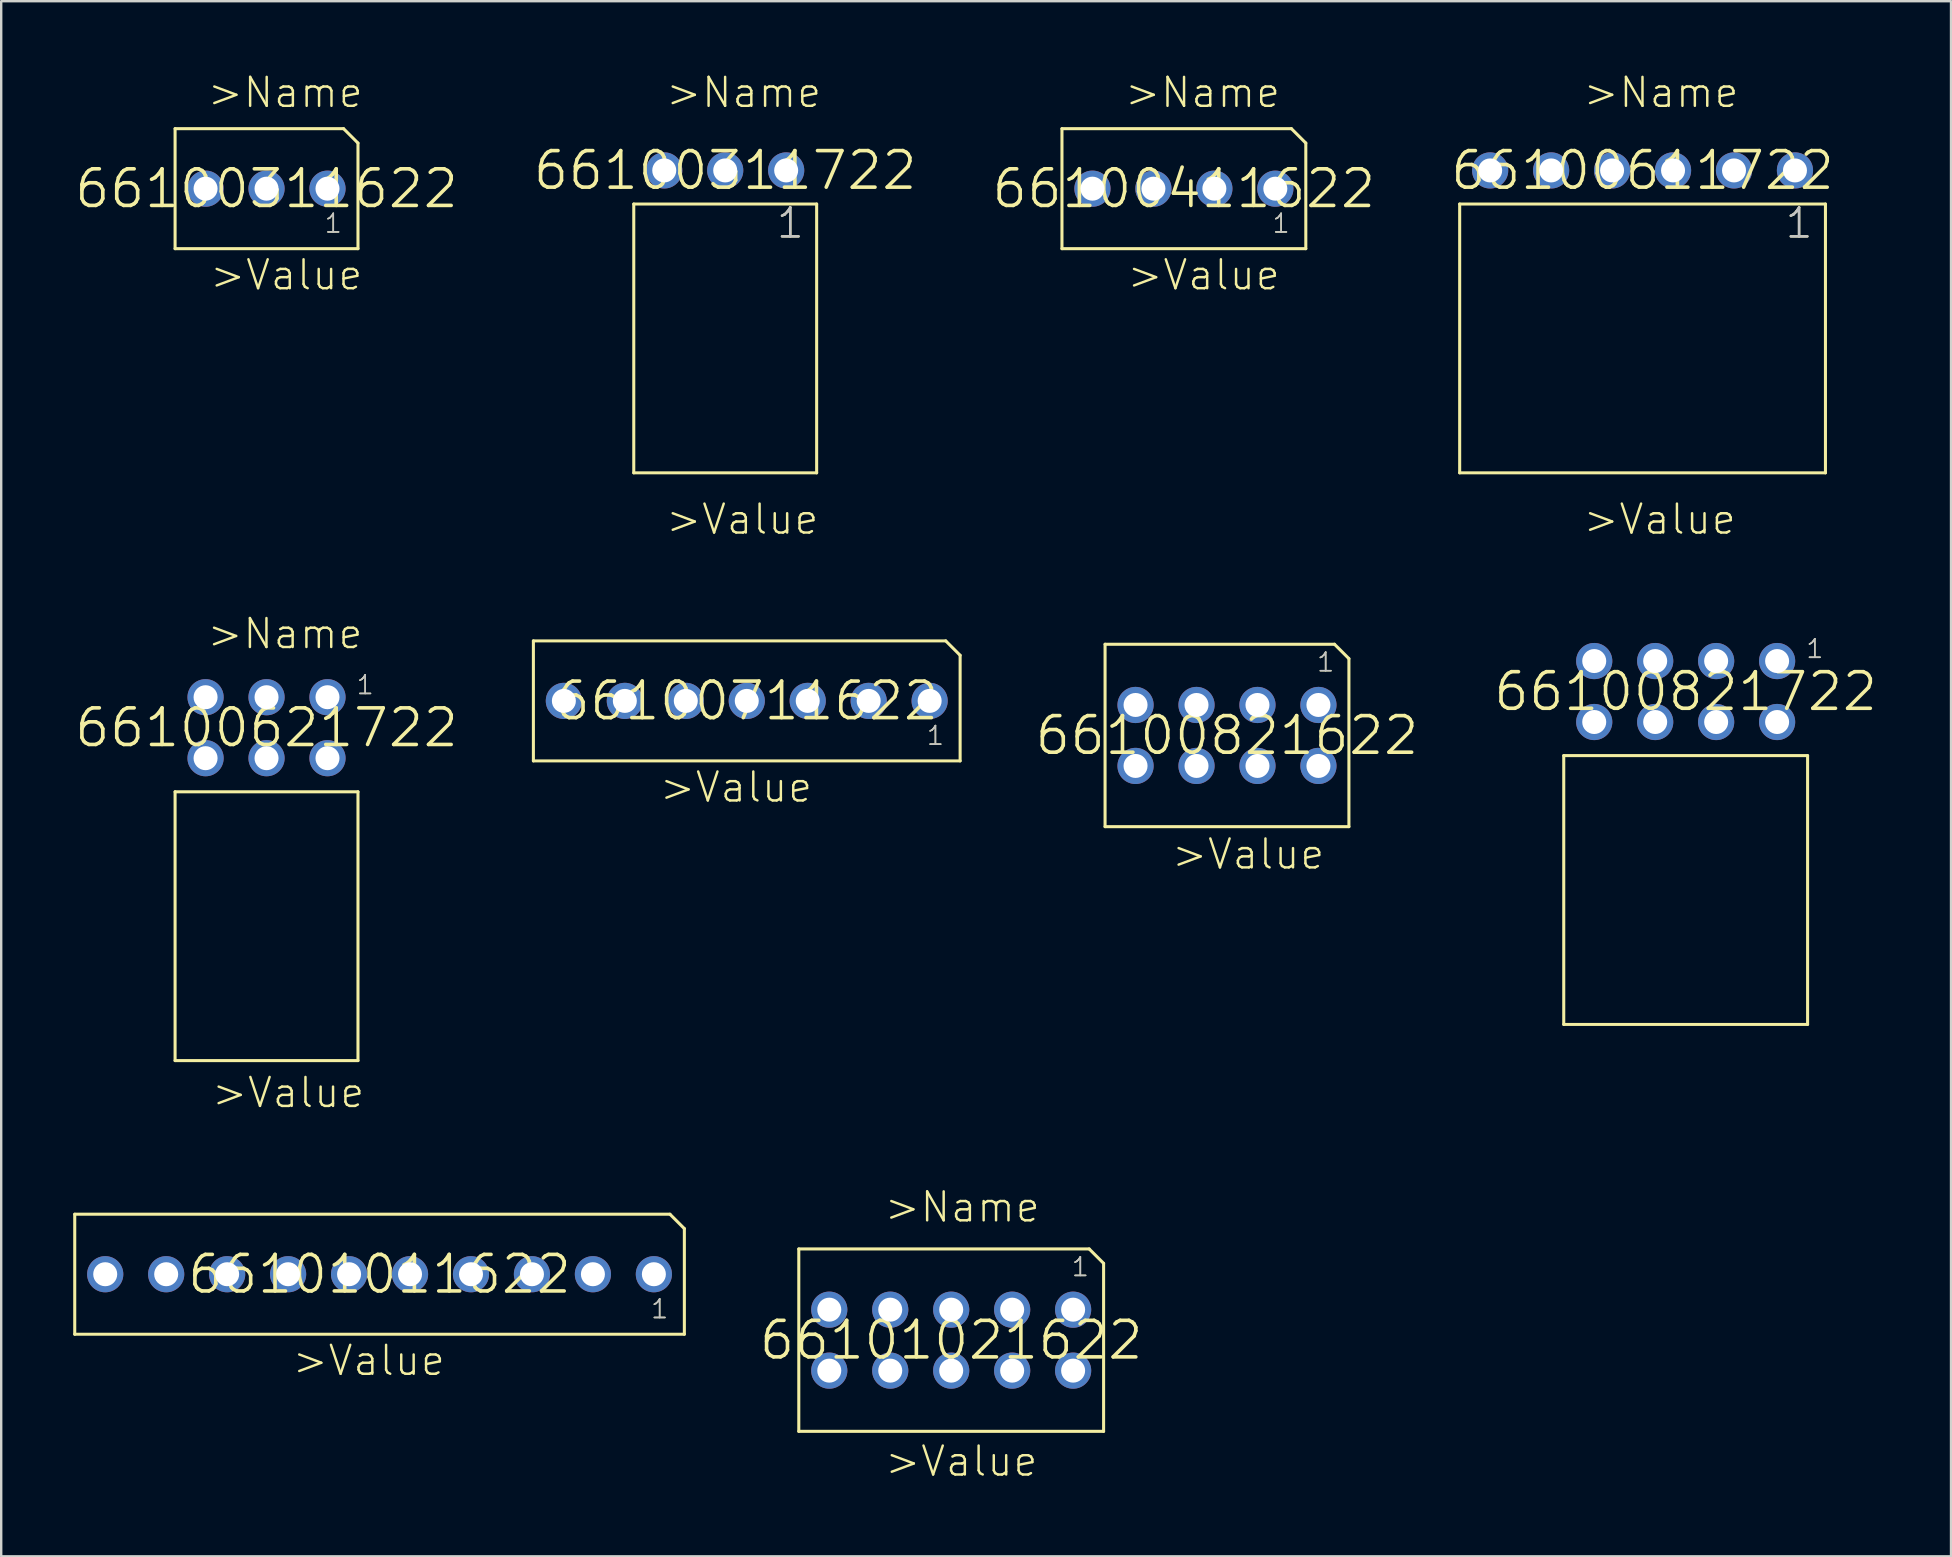
<source format=kicad_pcb>
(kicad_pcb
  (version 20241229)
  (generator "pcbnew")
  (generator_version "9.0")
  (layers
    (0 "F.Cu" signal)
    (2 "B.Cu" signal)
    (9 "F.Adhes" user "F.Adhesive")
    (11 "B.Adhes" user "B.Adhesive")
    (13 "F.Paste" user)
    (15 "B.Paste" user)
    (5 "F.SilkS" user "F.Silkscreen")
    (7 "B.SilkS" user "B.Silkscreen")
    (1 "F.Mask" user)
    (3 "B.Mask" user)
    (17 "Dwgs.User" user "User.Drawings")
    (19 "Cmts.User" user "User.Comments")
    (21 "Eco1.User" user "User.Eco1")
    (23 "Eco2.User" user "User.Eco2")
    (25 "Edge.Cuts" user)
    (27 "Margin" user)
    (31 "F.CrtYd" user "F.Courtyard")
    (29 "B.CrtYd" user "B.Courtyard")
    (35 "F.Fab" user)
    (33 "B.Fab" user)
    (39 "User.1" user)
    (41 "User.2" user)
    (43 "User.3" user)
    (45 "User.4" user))
  (footprint "66100821722"
    (layer "F.Cu")
    (at 67.184 25.763)
    (property "Reference" "66100821722" (at 0 0 0) (layer "F.SilkS") (effects (font (size 1.524 1.524) (thickness 0.15))))
    (attr through_hole)
    (fp_line (start -5.08 2.67) (end -5.08 13.87) (stroke (width 0.127) (type solid)) (layer "F.SilkS"))
    (fp_line (start -5.08 2.67) (end 5.08 2.67) (stroke (width 0.127) (type solid)) (layer "F.SilkS"))
    (fp_line (start -5.08 13.87) (end 5.08 13.87) (stroke (width 0.127) (type solid)) (layer "F.SilkS"))
    (fp_line (start 5.08 2.67) (end 5.08 13.87) (stroke (width 0.127) (type solid)) (layer "F.SilkS"))
    (fp_text user "1" (at 4.97 -1.33 0) (layer "F.SilkS") (effects (font (size 0.772 0.772) (thickness 0.065)) (justify left bottom)))
    (fp_text user "" (at -1.84 -2.91 0) (layer "F.SilkS") (effects (font (size 1.206 1.206) (thickness 0.102)) (justify left bottom)))
    (fp_text user "" (at -1.71 15.81 0) (layer "F.SilkS") (effects (font (size 1.206 1.206) (thickness 0.102)) (justify left bottom)))
    (fp_text user "1" (at 4.97 -1.33 0) (layer "Dwgs.User") (effects (font (size 0.772 0.772) (thickness 0.065)) (justify left bottom)))
    (pad "1" thru_hole circle (at 3.81 -1.27 180) (size 1.508 1.508) (drill 1) (layers "*.Cu" "*.Mask"))
    (pad "2" thru_hole circle (at 1.27 -1.27 180) (size 1.508 1.508) (drill 1) (layers "*.Cu" "*.Mask"))
    (pad "3" thru_hole circle (at -1.27 -1.27 180) (size 1.508 1.508) (drill 1) (layers "*.Cu" "*.Mask"))
    (pad "4" thru_hole circle (at -3.81 -1.27 180) (size 1.508 1.508) (drill 1) (layers "*.Cu" "*.Mask"))
    (pad "5" thru_hole circle (at -3.81 1.27 180) (size 1.508 1.508) (drill 1) (layers "*.Cu" "*.Mask"))
    (pad "6" thru_hole circle (at -1.27 1.27 180) (size 1.508 1.508) (drill 1) (layers "*.Cu" "*.Mask"))
    (pad "7" thru_hole circle (at 1.27 1.27 180) (size 1.508 1.508) (drill 1) (layers "*.Cu" "*.Mask"))
    (pad "8" thru_hole circle (at 3.81 1.27 180) (size 1.508 1.508) (drill 1) (layers "*.Cu" "*.Mask")))
  (footprint "66101021622"
    (layer "F.Cu")
    (at 36.582 52.788)
    (property "Reference" "66101021622" (at 0 0 0) (layer "F.SilkS") (effects (font (size 1.524 1.524) (thickness 0.15))))
    (attr through_hole)
    (fp_line (start -6.35 -3.8) (end -6.35 3.8) (stroke (width 0.127) (type solid)) (layer "F.SilkS"))
    (fp_line (start -6.35 -3.8) (end 5.75 -3.8) (stroke (width 0.127) (type solid)) (layer "F.SilkS"))
    (fp_line (start -6.35 3.8) (end 6.35 3.8) (stroke (width 0.127) (type solid)) (layer "F.SilkS"))
    (fp_line (start 5.75 -3.8) (end 6.35 -3.2) (stroke (width 0.127) (type solid)) (layer "F.SilkS"))
    (fp_line (start 6.35 -3.2) (end 6.35 3.8) (stroke (width 0.127) (type solid)) (layer "F.SilkS"))
    (fp_text user "1" (at 4.97 -2.6 0) (layer "F.SilkS") (effects (font (size 0.772 0.772) (thickness 0.065)) (justify left bottom)))
    (fp_text user ">Value" (at -2.83 5.75 0) (layer "F.SilkS") (effects (font (size 1.206 1.206) (thickness 0.102)) (justify left bottom)))
    (fp_text user ">Name" (at -2.85 -4.84 0) (layer "F.SilkS") (effects (font (size 1.206 1.206) (thickness 0.102)) (justify left bottom)))
    (fp_text user "1" (at 4.97 -2.6 0) (layer "Dwgs.User") (effects (font (size 0.772 0.772) (thickness 0.065)) (justify left bottom)))
    (pad "1" thru_hole circle (at 5.08 -1.27 180) (size 1.508 1.508) (drill 1) (layers "*.Cu" "*.Mask"))
    (pad "2" thru_hole circle (at 2.54 -1.27 180) (size 1.508 1.508) (drill 1) (layers "*.Cu" "*.Mask"))
    (pad "3" thru_hole circle (at 0 -1.27 180) (size 1.508 1.508) (drill 1) (layers "*.Cu" "*.Mask"))
    (pad "4" thru_hole circle (at -2.54 -1.27 180) (size 1.508 1.508) (drill 1) (layers "*.Cu" "*.Mask"))
    (pad "5" thru_hole circle (at -5.08 -1.27 180) (size 1.508 1.508) (drill 1) (layers "*.Cu" "*.Mask"))
    (pad "6" thru_hole circle (at -5.08 1.27 180) (size 1.508 1.508) (drill 1) (layers "*.Cu" "*.Mask"))
    (pad "7" thru_hole circle (at -2.54 1.27 180) (size 1.508 1.508) (drill 1) (layers "*.Cu" "*.Mask"))
    (pad "8" thru_hole circle (at 0 1.27 180) (size 1.508 1.508) (drill 1) (layers "*.Cu" "*.Mask"))
    (pad "9" thru_hole circle (at 2.54 1.27 180) (size 1.508 1.508) (drill 1) (layers "*.Cu" "*.Mask"))
    (pad "10" thru_hole circle (at 5.08 1.27 180) (size 1.508 1.508) (drill 1) (layers "*.Cu" "*.Mask")))
  (footprint "66100311622"
    (layer "F.Cu")
    (at 8.055 4.811)
    (property "Reference" "66100311622" (at 0 0 0) (layer "F.SilkS") (effects (font (size 1.524 1.524) (thickness 0.15))))
    (attr through_hole)
    (fp_line (start -3.81 -2.5) (end -3.81 2.5) (stroke (width 0.127) (type solid)) (layer "F.SilkS"))
    (fp_line (start -3.81 -2.5) (end 3.21 -2.5) (stroke (width 0.127) (type solid)) (layer "F.SilkS"))
    (fp_line (start -3.81 2.5) (end 3.81 2.5) (stroke (width 0.127) (type solid)) (layer "F.SilkS"))
    (fp_line (start 3.21 -2.5) (end 3.81 -1.9) (stroke (width 0.127) (type solid)) (layer "F.SilkS"))
    (fp_line (start 3.81 -1.9) (end 3.81 2.5) (stroke (width 0.127) (type solid)) (layer "F.SilkS"))
    (fp_text user ">Value" (at -2.43 4.3 0) (layer "F.SilkS") (effects (font (size 1.206 1.206) (thickness 0.102)) (justify left bottom)))
    (fp_text user ">Name" (at -2.53 -3.3 0) (layer "F.SilkS") (effects (font (size 1.206 1.206) (thickness 0.102)) (justify left bottom)))
    (fp_text user "1" (at 2.37 1.9 0) (layer "F.SilkS") (effects (font (size 0.772 0.772) (thickness 0.065)) (justify left bottom)))
    (fp_text user "1" (at 2.37 1.9 0) (layer "Dwgs.User") (effects (font (size 0.772 0.772) (thickness 0.065)) (justify left bottom)))
    (pad "1" thru_hole circle (at 2.54 0 180) (size 1.508 1.508) (drill 1) (layers "*.Cu" "*.Mask"))
    (pad "2" thru_hole circle (at 0 0 180) (size 1.508 1.508) (drill 1) (layers "*.Cu" "*.Mask"))
    (pad "3" thru_hole circle (at -2.54 0 180) (size 1.508 1.508) (drill 1) (layers "*.Cu" "*.Mask")))
  (footprint "66100821622"
    (layer "F.Cu")
    (at 48.073 27.593)
    (property "Reference" "66100821622" (at 0 0 0) (layer "F.SilkS") (effects (font (size 1.524 1.524) (thickness 0.15))))
    (attr through_hole)
    (fp_line (start -5.08 -3.8) (end -5.08 3.8) (stroke (width 0.127) (type solid)) (layer "F.SilkS"))
    (fp_line (start -5.08 -3.8) (end 4.48 -3.8) (stroke (width 0.127) (type solid)) (layer "F.SilkS"))
    (fp_line (start -5.08 3.8) (end 5.08 3.8) (stroke (width 0.127) (type solid)) (layer "F.SilkS"))
    (fp_line (start 4.48 -3.8) (end 5.08 -3.2) (stroke (width 0.127) (type solid)) (layer "F.SilkS"))
    (fp_line (start 5.08 -3.2) (end 5.08 3.8) (stroke (width 0.127) (type solid)) (layer "F.SilkS"))
    (fp_text user "" (at -2.79 -4.74 0) (layer "F.SilkS") (effects (font (size 1.206 1.206) (thickness 0.102)) (justify left bottom)))
    (fp_text user ">Value" (at -2.37 5.65 0) (layer "F.SilkS") (effects (font (size 1.206 1.206) (thickness 0.102)) (justify left bottom)))
    (fp_text user "1" (at 3.7 -2.6 0) (layer "F.SilkS") (effects (font (size 0.772 0.772) (thickness 0.065)) (justify left bottom)))
    (fp_text user "1" (at 3.7 -2.6 0) (layer "Dwgs.User") (effects (font (size 0.772 0.772) (thickness 0.065)) (justify left bottom)))
    (pad "1" thru_hole circle (at 3.81 -1.27 180) (size 1.508 1.508) (drill 1) (layers "*.Cu" "*.Mask"))
    (pad "2" thru_hole circle (at 1.27 -1.27 180) (size 1.508 1.508) (drill 1) (layers "*.Cu" "*.Mask"))
    (pad "3" thru_hole circle (at -1.27 -1.27 180) (size 1.508 1.508) (drill 1) (layers "*.Cu" "*.Mask"))
    (pad "4" thru_hole circle (at -3.81 -1.27 180) (size 1.508 1.508) (drill 1) (layers "*.Cu" "*.Mask"))
    (pad "5" thru_hole circle (at -3.81 1.27 180) (size 1.508 1.508) (drill 1) (layers "*.Cu" "*.Mask"))
    (pad "6" thru_hole circle (at -1.27 1.27 180) (size 1.508 1.508) (drill 1) (layers "*.Cu" "*.Mask"))
    (pad "7" thru_hole circle (at 1.27 1.27 180) (size 1.508 1.508) (drill 1) (layers "*.Cu" "*.Mask"))
    (pad "8" thru_hole circle (at 3.81 1.27 180) (size 1.508 1.508) (drill 1) (layers "*.Cu" "*.Mask")))
  (footprint "66100621722"
    (layer "F.Cu")
    (at 8.055 27.27)
    (property "Reference" "66100621722" (at 0 0 0) (layer "F.SilkS") (effects (font (size 1.524 1.524) (thickness 0.15))))
    (attr through_hole)
    (fp_line (start -3.81 2.67) (end -3.81 13.87) (stroke (width 0.127) (type solid)) (layer "F.SilkS"))
    (fp_line (start -3.81 2.67) (end 3.81 2.67) (stroke (width 0.127) (type solid)) (layer "F.SilkS"))
    (fp_line (start -3.81 13.87) (end 3.81 13.87) (stroke (width 0.127) (type solid)) (layer "F.SilkS"))
    (fp_line (start 3.81 2.67) (end 3.81 13.87) (stroke (width 0.127) (type solid)) (layer "F.SilkS"))
    (fp_text user ">Name" (at -2.54 -3.21 0) (layer "F.SilkS") (effects (font (size 1.206 1.206) (thickness 0.102)) (justify left bottom)))
    (fp_text user ">Value" (at -2.35 15.91 0) (layer "F.SilkS") (effects (font (size 1.206 1.206) (thickness 0.102)) (justify left bottom)))
    (fp_text user "1" (at 3.7 -1.33 0) (layer "F.SilkS") (effects (font (size 0.772 0.772) (thickness 0.065)) (justify left bottom)))
    (fp_text user "1" (at 3.7 -1.33 0) (layer "Dwgs.User") (effects (font (size 0.772 0.772) (thickness 0.065)) (justify left bottom)))
    (pad "1" thru_hole circle (at 2.54 -1.27 180) (size 1.508 1.508) (drill 1) (layers "*.Cu" "*.Mask"))
    (pad "2" thru_hole circle (at 0 -1.27 180) (size 1.508 1.508) (drill 1) (layers "*.Cu" "*.Mask"))
    (pad "3" thru_hole circle (at -2.54 -1.27 180) (size 1.508 1.508) (drill 1) (layers "*.Cu" "*.Mask"))
    (pad "4" thru_hole circle (at -2.54 1.27 180) (size 1.508 1.508) (drill 1) (layers "*.Cu" "*.Mask"))
    (pad "5" thru_hole circle (at 0 1.27 180) (size 1.508 1.508) (drill 1) (layers "*.Cu" "*.Mask"))
    (pad "6" thru_hole circle (at 2.54 1.27 180) (size 1.508 1.508) (drill 1) (layers "*.Cu" "*.Mask")))
  (footprint "66100711622"
    (layer "F.Cu")
    (at 28.064 26.153)
    (property "Reference" "66100711622" (at 0 0 0) (layer "F.SilkS") (effects (font (size 1.524 1.524) (thickness 0.15))))
    (attr through_hole)
    (fp_line (start -8.89 -2.5) (end -8.89 2.5) (stroke (width 0.127) (type solid)) (layer "F.SilkS"))
    (fp_line (start -8.89 -2.5) (end 8.29 -2.5) (stroke (width 0.127) (type solid)) (layer "F.SilkS"))
    (fp_line (start -8.89 2.5) (end 8.89 2.5) (stroke (width 0.127) (type solid)) (layer "F.SilkS"))
    (fp_line (start 8.29 -2.5) (end 8.89 -1.9) (stroke (width 0.127) (type solid)) (layer "F.SilkS"))
    (fp_line (start 8.89 -1.9) (end 8.89 2.5) (stroke (width 0.127) (type solid)) (layer "F.SilkS"))
    (fp_text user "" (at -3.8 -3.3 0) (layer "F.SilkS") (effects (font (size 1.206 1.206) (thickness 0.102)) (justify left bottom)))
    (fp_text user "1" (at 7.45 1.9 0) (layer "F.SilkS") (effects (font (size 0.772 0.772) (thickness 0.065)) (justify left bottom)))
    (fp_text user ">Value" (at -3.7 4.3 0) (layer "F.SilkS") (effects (font (size 1.206 1.206) (thickness 0.102)) (justify left bottom)))
    (fp_text user "1" (at 7.45 1.9 0) (layer "Dwgs.User") (effects (font (size 0.772 0.772) (thickness 0.065)) (justify left bottom)))
    (pad "1" thru_hole circle (at 7.62 0 180) (size 1.508 1.508) (drill 1) (layers "*.Cu" "*.Mask"))
    (pad "2" thru_hole circle (at 5.08 0 180) (size 1.508 1.508) (drill 1) (layers "*.Cu" "*.Mask"))
    (pad "3" thru_hole circle (at 2.54 0 180) (size 1.508 1.508) (drill 1) (layers "*.Cu" "*.Mask"))
    (pad "4" thru_hole circle (at 0 0 180) (size 1.508 1.508) (drill 1) (layers "*.Cu" "*.Mask"))
    (pad "5" thru_hole circle (at -2.54 0 180) (size 1.508 1.508) (drill 1) (layers "*.Cu" "*.Mask"))
    (pad "6" thru_hole circle (at -5.08 0 180) (size 1.508 1.508) (drill 1) (layers "*.Cu" "*.Mask"))
    (pad "7" thru_hole circle (at -7.62 0 180) (size 1.508 1.508) (drill 1) (layers "*.Cu" "*.Mask")))
  (footprint "66100411622"
    (layer "F.Cu")
    (at 46.277 4.811)
    (property "Reference" "66100411622" (at 0 0 0) (layer "F.SilkS") (effects (font (size 1.524 1.524) (thickness 0.15))))
    (attr through_hole)
    (fp_line (start -5.08 -2.5) (end -5.08 2.5) (stroke (width 0.127) (type solid)) (layer "F.SilkS"))
    (fp_line (start -5.08 -2.5) (end 4.48 -2.5) (stroke (width 0.127) (type solid)) (layer "F.SilkS"))
    (fp_line (start -5.08 2.5) (end 5.08 2.5) (stroke (width 0.127) (type solid)) (layer "F.SilkS"))
    (fp_line (start 4.48 -2.5) (end 5.08 -1.9) (stroke (width 0.127) (type solid)) (layer "F.SilkS"))
    (fp_line (start 5.08 -1.9) (end 5.08 2.5) (stroke (width 0.127) (type solid)) (layer "F.SilkS"))
    (fp_text user ">Name" (at -2.53 -3.3 0) (layer "F.SilkS") (effects (font (size 1.206 1.206) (thickness 0.102)) (justify left bottom)))
    (fp_text user ">Value" (at -2.43 4.3 0) (layer "F.SilkS") (effects (font (size 1.206 1.206) (thickness 0.102)) (justify left bottom)))
    (fp_text user "1" (at 3.64 1.9 0) (layer "F.SilkS") (effects (font (size 0.772 0.772) (thickness 0.065)) (justify left bottom)))
    (fp_text user "1" (at 3.64 1.9 0) (layer "Dwgs.User") (effects (font (size 0.772 0.772) (thickness 0.065)) (justify left bottom)))
    (pad "1" thru_hole circle (at 3.81 0 180) (size 1.508 1.508) (drill 1) (layers "*.Cu" "*.Mask"))
    (pad "2" thru_hole circle (at 1.27 0 180) (size 1.508 1.508) (drill 1) (layers "*.Cu" "*.Mask"))
    (pad "3" thru_hole circle (at -1.27 0 180) (size 1.508 1.508) (drill 1) (layers "*.Cu" "*.Mask"))
    (pad "4" thru_hole circle (at -3.81 0 180) (size 1.508 1.508) (drill 1) (layers "*.Cu" "*.Mask")))
  (footprint "66101011622"
    (layer "F.Cu")
    (at 12.764 50.041)
    (property "Reference" "66101011622" (at 0 0 0) (layer "F.SilkS") (effects (font (size 1.524 1.524) (thickness 0.15))))
    (attr through_hole)
    (fp_line (start -12.7 -2.5) (end -12.7 2.5) (stroke (width 0.127) (type solid)) (layer "F.SilkS"))
    (fp_line (start -12.7 -2.5) (end 12.1 -2.5) (stroke (width 0.127) (type solid)) (layer "F.SilkS"))
    (fp_line (start -12.7 2.5) (end 12.7 2.5) (stroke (width 0.127) (type solid)) (layer "F.SilkS"))
    (fp_line (start 12.1 -2.5) (end 12.7 -1.9) (stroke (width 0.127) (type solid)) (layer "F.SilkS"))
    (fp_line (start 12.7 -1.9) (end 12.7 2.5) (stroke (width 0.127) (type solid)) (layer "F.SilkS"))
    (fp_text user "" (at -3.8 -3.3 0) (layer "F.SilkS") (effects (font (size 1.206 1.206) (thickness 0.102)) (justify left bottom)))
    (fp_text user ">Value" (at -3.7 4.3 0) (layer "F.SilkS") (effects (font (size 1.206 1.206) (thickness 0.102)) (justify left bottom)))
    (fp_text user "1" (at 11.26 1.9 0) (layer "F.SilkS") (effects (font (size 0.772 0.772) (thickness 0.065)) (justify left bottom)))
    (fp_text user "1" (at 11.26 1.9 0) (layer "Dwgs.User") (effects (font (size 0.772 0.772) (thickness 0.065)) (justify left bottom)))
    (pad "1" thru_hole circle (at 11.43 0 180) (size 1.508 1.508) (drill 1) (layers "*.Cu" "*.Mask"))
    (pad "2" thru_hole circle (at 8.89 0 180) (size 1.508 1.508) (drill 1) (layers "*.Cu" "*.Mask"))
    (pad "3" thru_hole circle (at 6.35 0 180) (size 1.508 1.508) (drill 1) (layers "*.Cu" "*.Mask"))
    (pad "4" thru_hole circle (at 3.81 0 180) (size 1.508 1.508) (drill 1) (layers "*.Cu" "*.Mask"))
    (pad "5" thru_hole circle (at 1.27 0 180) (size 1.508 1.508) (drill 1) (layers "*.Cu" "*.Mask"))
    (pad "6" thru_hole circle (at -1.27 0 180) (size 1.508 1.508) (drill 1) (layers "*.Cu" "*.Mask"))
    (pad "7" thru_hole circle (at -3.81 0 180) (size 1.508 1.508) (drill 1) (layers "*.Cu" "*.Mask"))
    (pad "8" thru_hole circle (at -6.35 0 180) (size 1.508 1.508) (drill 1) (layers "*.Cu" "*.Mask"))
    (pad "9" thru_hole circle (at -8.89 0 180) (size 1.508 1.508) (drill 1) (layers "*.Cu" "*.Mask"))
    (pad "10" thru_hole circle (at -11.43 0 180) (size 1.508 1.508) (drill 1) (layers "*.Cu" "*.Mask")))
  (footprint "66100311722"
    (layer "F.Cu")
    (at 27.166 4.051)
    (property "Reference" "66100311722" (at 0 0 0) (layer "F.SilkS") (effects (font (size 1.524 1.524) (thickness 0.15))))
    (attr through_hole)
    (fp_line (start -3.81 1.4) (end -3.81 12.6) (stroke (width 0.127) (type solid)) (layer "F.SilkS"))
    (fp_line (start -3.81 1.4) (end 3.81 1.4) (stroke (width 0.127) (type solid)) (layer "F.SilkS"))
    (fp_line (start -3.81 12.6) (end 3.81 12.6) (stroke (width 0.127) (type solid)) (layer "F.SilkS"))
    (fp_line (start 3.81 1.4) (end 3.81 12.6) (stroke (width 0.127) (type solid)) (layer "F.SilkS"))
    (fp_text user ">Value" (at -2.54 15.24 0) (layer "F.SilkS") (effects (font (size 1.206 1.206) (thickness 0.102)) (justify left bottom)))
    (fp_text user "1" (at 2.07 2.9 0) (layer "F.SilkS") (effects (font (size 1.206 1.206) (thickness 0.102)) (justify left bottom)))
    (fp_text user ">Name" (at -2.54 -2.54 0) (layer "F.SilkS") (effects (font (size 1.206 1.206) (thickness 0.102)) (justify left bottom)))
    (fp_text user "1" (at 2.07 2.9 0) (layer "Dwgs.User") (effects (font (size 1.206 1.206) (thickness 0.102)) (justify left bottom)))
    (pad "1" thru_hole circle (at 2.54 0 180) (size 1.508 1.508) (drill 1) (layers "*.Cu" "*.Mask"))
    (pad "2" thru_hole circle (at 0 0 180) (size 1.508 1.508) (drill 1) (layers "*.Cu" "*.Mask"))
    (pad "3" thru_hole circle (at -2.54 0 180) (size 1.508 1.508) (drill 1) (layers "*.Cu" "*.Mask")))
  (footprint "66100611722"
    (layer "F.Cu")
    (at 65.388 4.051)
    (property "Reference" "66100611722" (at 0 0 0) (layer "F.SilkS") (effects (font (size 1.524 1.524) (thickness 0.15))))
    (attr through_hole)
    (fp_line (start -7.62 1.4) (end -7.62 12.6) (stroke (width 0.127) (type solid)) (layer "F.SilkS"))
    (fp_line (start -7.62 1.4) (end 7.62 1.4) (stroke (width 0.127) (type solid)) (layer "F.SilkS"))
    (fp_line (start -7.62 12.6) (end 7.62 12.6) (stroke (width 0.127) (type solid)) (layer "F.SilkS"))
    (fp_line (start 7.62 1.4) (end 7.62 12.6) (stroke (width 0.127) (type solid)) (layer "F.SilkS"))
    (fp_text user "1" (at 5.88 2.9 0) (layer "F.SilkS") (effects (font (size 1.206 1.206) (thickness 0.102)) (justify left bottom)))
    (fp_text user ">Name" (at -2.54 -2.54 0) (layer "F.SilkS") (effects (font (size 1.206 1.206) (thickness 0.102)) (justify left bottom)))
    (fp_text user ">Value" (at -2.54 15.24 0) (layer "F.SilkS") (effects (font (size 1.206 1.206) (thickness 0.102)) (justify left bottom)))
    (fp_text user "1" (at 5.88 2.9 0) (layer "Dwgs.User") (effects (font (size 1.206 1.206) (thickness 0.102)) (justify left bottom)))
    (pad "1" thru_hole circle (at 6.35 0 180) (size 1.508 1.508) (drill 1) (layers "*.Cu" "*.Mask"))
    (pad "2" thru_hole circle (at 3.81 0 180) (size 1.508 1.508) (drill 1) (layers "*.Cu" "*.Mask"))
    (pad "3" thru_hole circle (at 1.27 0 180) (size 1.508 1.508) (drill 1) (layers "*.Cu" "*.Mask"))
    (pad "4" thru_hole circle (at -1.27 0 180) (size 1.508 1.508) (drill 1) (layers "*.Cu" "*.Mask"))
    (pad "5" thru_hole circle (at -3.81 0 180) (size 1.508 1.508) (drill 1) (layers "*.Cu" "*.Mask"))
    (pad "6" thru_hole circle (at -6.35 0 180) (size 1.508 1.508) (drill 1) (layers "*.Cu" "*.Mask")))
  (gr_rect
    (start -3 -3)
    (end 78.24 61.795)
    (stroke (width 0.1) (type default))
    (fill no)
    (layer "Edge.Cuts")))
</source>
